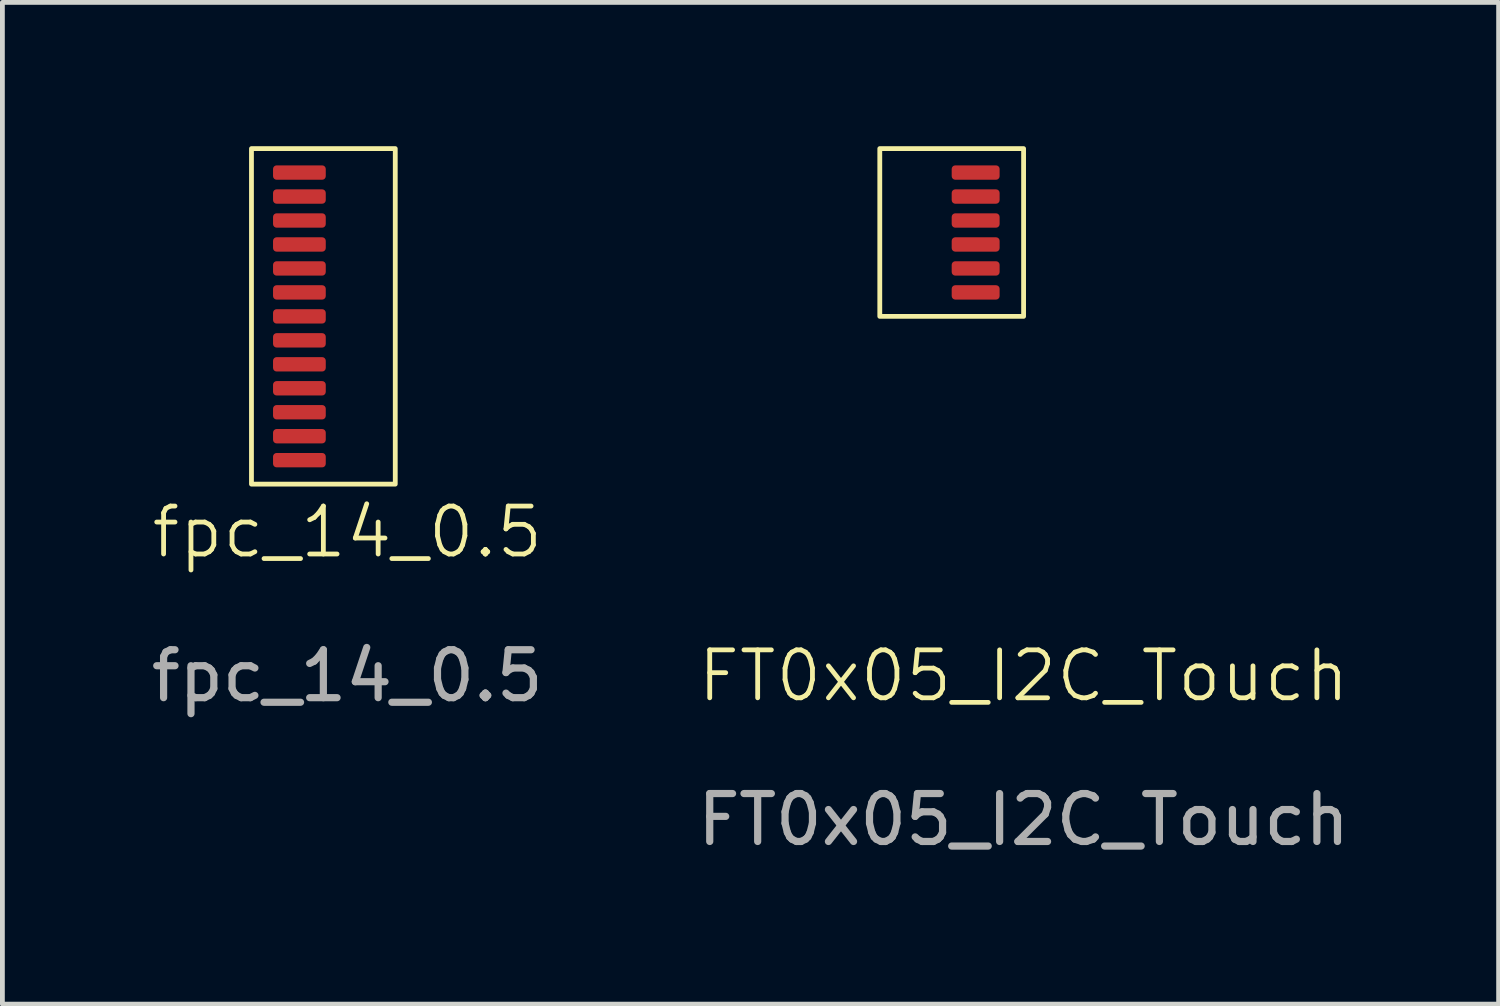
<source format=kicad_pcb>
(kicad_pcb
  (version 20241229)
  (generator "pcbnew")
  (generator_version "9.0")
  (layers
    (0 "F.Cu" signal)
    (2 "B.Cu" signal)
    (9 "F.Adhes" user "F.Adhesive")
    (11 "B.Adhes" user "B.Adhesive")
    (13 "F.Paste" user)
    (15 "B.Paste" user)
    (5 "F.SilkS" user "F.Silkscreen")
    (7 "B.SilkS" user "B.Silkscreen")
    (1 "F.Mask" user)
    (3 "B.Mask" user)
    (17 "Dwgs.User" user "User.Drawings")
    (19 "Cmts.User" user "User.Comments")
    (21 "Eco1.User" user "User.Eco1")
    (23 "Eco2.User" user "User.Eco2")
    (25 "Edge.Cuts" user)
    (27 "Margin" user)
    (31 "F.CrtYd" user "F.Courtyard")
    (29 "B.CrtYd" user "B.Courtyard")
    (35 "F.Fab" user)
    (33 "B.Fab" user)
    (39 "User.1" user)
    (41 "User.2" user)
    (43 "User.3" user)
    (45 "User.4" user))
  (footprint "FT0x05_I2C_Touch"
    (layer "F.Cu")
    (at 18.304 2.05)
    (property "Reference" "FT0x05_I2C_Touch" (at 0 9 0) (unlocked yes) (layer "F.SilkS") (effects (font (size 1 1) (thickness 0.1))))
    (attr smd)
    (fp_rect (start -3 -2) (end 0 1.5) (stroke (width 0.1) (type default)) (fill no) (layer "F.SilkS"))
    (fp_text user "${REFERENCE}" (at 0 12 0) (unlocked yes) (layer "F.Fab") (effects (font (size 1 1) (thickness 0.15))))
    (pad "1" smd roundrect (at -1 -1.5) (size 1 0.3) (layers "F.Cu" "F.Mask" "F.Paste") (roundrect_rratio 0.25))
    (pad "2" smd roundrect (at -1 -1) (size 1 0.3) (layers "F.Cu" "F.Mask" "F.Paste") (roundrect_rratio 0.25))
    (pad "3" smd roundrect (at -1 -0.5) (size 1 0.3) (layers "F.Cu" "F.Mask" "F.Paste") (roundrect_rratio 0.25))
    (pad "4" smd roundrect (at -1 0) (size 1 0.3) (layers "F.Cu" "F.Mask" "F.Paste") (roundrect_rratio 0.25))
    (pad "5" smd roundrect (at -1 0.5) (size 1 0.3) (layers "F.Cu" "F.Mask" "F.Paste") (roundrect_rratio 0.25))
    (pad "6" smd roundrect (at -1 1) (size 1 0.3) (layers "F.Cu" "F.Mask" "F.Paste") (roundrect_rratio 0.25)))
  (footprint "fpc_14_0.5"
    (layer "F.Cu")
    (at 4.196 3.55)
    (property "Reference" "fpc_14_0.5" (at 0 4.5 0) (unlocked yes) (layer "F.SilkS") (effects (font (size 1 1) (thickness 0.1))))
    (attr smd)
    (fp_rect (start -2 -3.5) (end 1 3.5) (stroke (width 0.1) (type default)) (fill no) (layer "F.SilkS"))
    (fp_text user "${REFERENCE}" (at 0 7.5 0) (unlocked yes) (layer "F.Fab") (effects (font (size 1 1) (thickness 0.15))))
    (pad "1" smd roundrect (at -1 -3) (size 1.1 0.3) (layers "F.Cu" "F.Mask" "F.Paste") (roundrect_rratio 0.25))
    (pad "2" smd roundrect (at -1 -2.5) (size 1.1 0.3) (layers "F.Cu" "F.Mask" "F.Paste") (roundrect_rratio 0.25))
    (pad "3" smd roundrect (at -1 -2) (size 1.1 0.3) (layers "F.Cu" "F.Mask" "F.Paste") (roundrect_rratio 0.25))
    (pad "4" smd roundrect (at -1 -1.5) (size 1.1 0.3) (layers "F.Cu" "F.Mask" "F.Paste") (roundrect_rratio 0.25))
    (pad "5" smd roundrect (at -1 -1) (size 1.1 0.3) (layers "F.Cu" "F.Mask" "F.Paste") (roundrect_rratio 0.25))
    (pad "6" smd roundrect (at -1 -0.5) (size 1.1 0.3) (layers "F.Cu" "F.Mask" "F.Paste") (roundrect_rratio 0.25))
    (pad "7" smd roundrect (at -1 0) (size 1.1 0.3) (layers "F.Cu" "F.Mask" "F.Paste") (roundrect_rratio 0.25))
    (pad "8" smd roundrect (at -1 0.5) (size 1.1 0.3) (layers "F.Cu" "F.Mask" "F.Paste") (roundrect_rratio 0.25))
    (pad "9" smd roundrect (at -1 1) (size 1.1 0.3) (layers "F.Cu" "F.Mask" "F.Paste") (roundrect_rratio 0.25))
    (pad "10" smd roundrect (at -1 1.5) (size 1.1 0.3) (layers "F.Cu" "F.Mask" "F.Paste") (roundrect_rratio 0.25))
    (pad "11" smd roundrect (at -1 2) (size 1.1 0.3) (layers "F.Cu" "F.Mask" "F.Paste") (roundrect_rratio 0.25))
    (pad "12" smd roundrect (at -1 2.5) (size 1.1 0.3) (layers "F.Cu" "F.Mask" "F.Paste") (roundrect_rratio 0.25))
    (pad "13" smd roundrect (at -1 3) (size 1.1 0.3) (layers "F.Cu" "F.Mask" "F.Paste") (roundrect_rratio 0.25)))
  (gr_rect
    (start -3 -3)
    (end 28.214 17.898)
    (stroke (width 0.1) (type default))
    (fill no)
    (layer "Edge.Cuts")))
</source>
